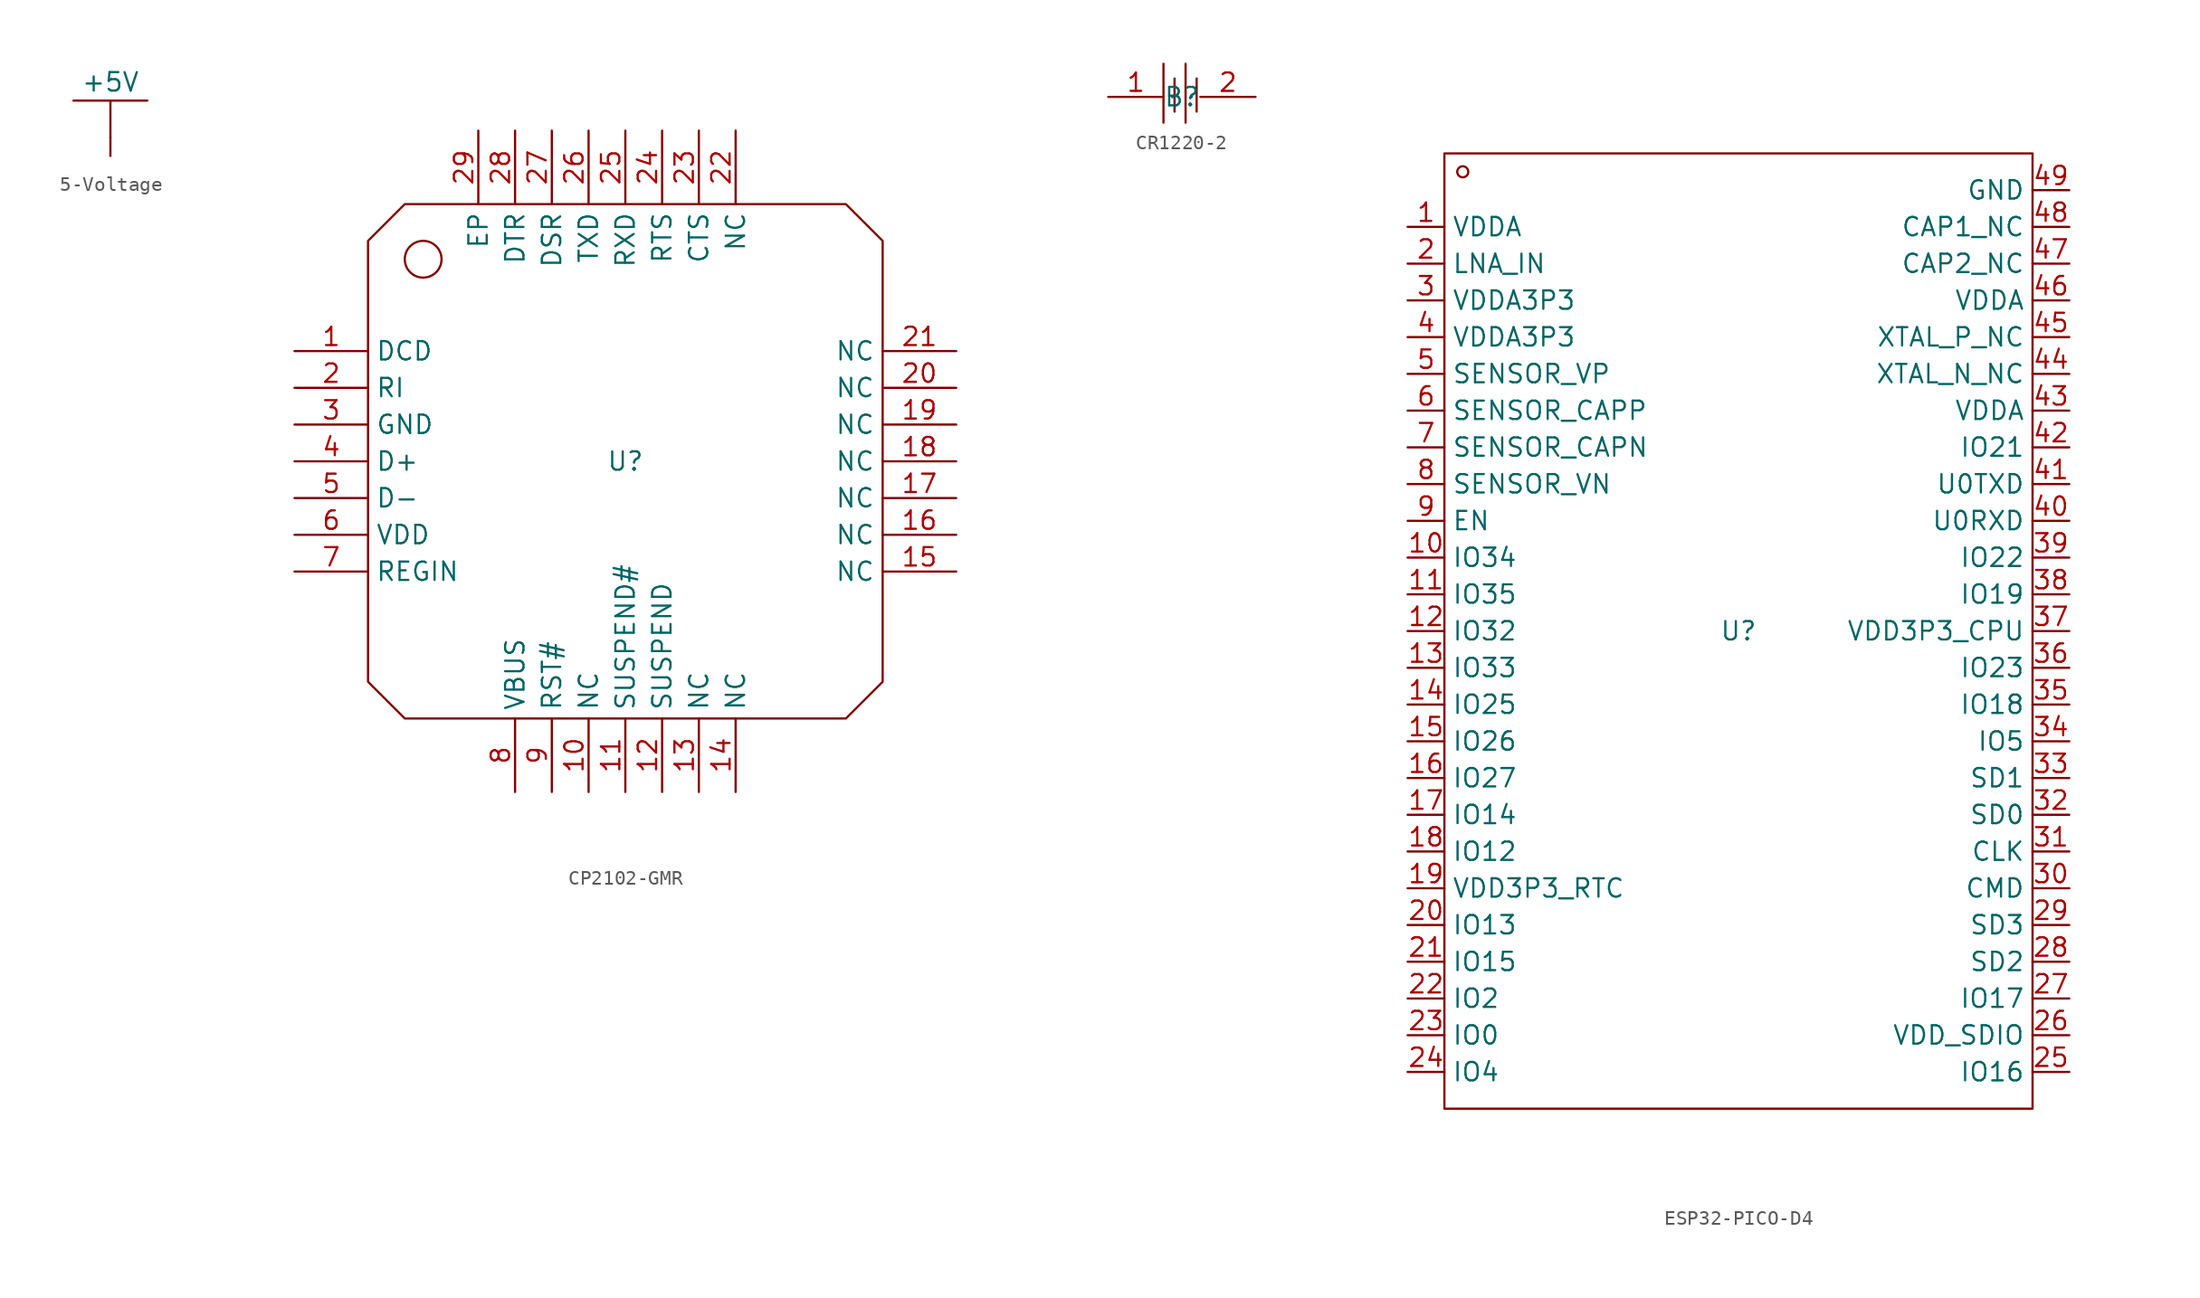
<source format=kicad_sym>
(kicad_symbol_lib
  (version 20241209)
  (generator "kicad_symbol_editor")
  (generator_version "9.0")
  (symbol "5-Voltage"
    (power)
    (pin_numbers
      (hide yes))
    (pin_names
      (hide yes))
    (property "Reference" "#PWR"
      (at 0 0 0)
      (effects (font (size 1.27 1.27)) (hide yes)))
    (property "Value" "+5V"
      (at 0 5.08 0)
      (effects (font (size 1.27 1.27))))
    (symbol "5-Voltage_1_0"
      (polyline (pts (xy -2.54 3.81) (xy 2.54 3.81)) (stroke (width 0) (type default)) (fill (type none)))
      (polyline (pts (xy 0 3.81) (xy 0 1.27)) (stroke (width 0) (type default)) (fill (type none)))
      (pin power_in line (at 0 0 90) (length 1.27) (name "" (effects (font (size 1.27 1.27)))) (number "1" (effects (font (size 0.025 0.025)))))))
  (symbol "CP2102-GMR"
    (property "Reference" "U"
      (at 0 0 0)
      (effects (font (size 1.27 1.27))))
    (property "Value" ""
      (at 0 0 0)
      (effects (font (size 1.27 1.27))))
    (symbol "CP2102-GMR_1_0"
      (polyline (pts (xy -15.24 17.78) (xy 15.24 17.78) (xy 15.24 17.78) (xy 17.78 15.24) (xy 17.78 15.24) (xy 17.78 -15.24) (xy 17.78 -15.24) (xy 15.24 -17.78) (xy 15.24 -17.78) (xy -15.24 -17.78) (xy -15.24 -17.78) (xy -17.78 -15.24) (xy -17.78 -15.24) (xy -17.78 15.24) (xy -17.78 15.24) (xy -15.24 17.78)) (stroke (width 0) (type default)) (fill (type none)))
      (circle (center -13.97 13.97) (radius 1.27) (stroke (width 0) (type default)) (fill (type none)))
      (pin input line (at -22.86 7.62 0) (length 5.08) (name "DCD" (effects (font (size 1.27 1.27)))) (number "1" (effects (font (size 1.27 1.27)))))
      (pin input line (at -22.86 5.08 0) (length 5.08) (name "RI" (effects (font (size 1.27 1.27)))) (number "2" (effects (font (size 1.27 1.27)))))
      (pin input line (at -22.86 2.54 0) (length 5.08) (name "GND" (effects (font (size 1.27 1.27)))) (number "3" (effects (font (size 1.27 1.27)))))
      (pin input line (at -22.86 0 0) (length 5.08) (name "D+" (effects (font (size 1.27 1.27)))) (number "4" (effects (font (size 1.27 1.27)))))
      (pin input line (at -22.86 -2.54 0) (length 5.08) (name "D-" (effects (font (size 1.27 1.27)))) (number "5" (effects (font (size 1.27 1.27)))))
      (pin input line (at -22.86 -5.08 0) (length 5.08) (name "VDD" (effects (font (size 1.27 1.27)))) (number "6" (effects (font (size 1.27 1.27)))))
      (pin input line (at -22.86 -7.62 0) (length 5.08) (name "REGIN" (effects (font (size 1.27 1.27)))) (number "7" (effects (font (size 1.27 1.27)))))
      (pin input line (at -10.16 22.86 270) (length 5.08) (name "EP" (effects (font (size 1.27 1.27)))) (number "29" (effects (font (size 1.27 1.27)))))
      (pin input line (at -7.62 22.86 270) (length 5.08) (name "DTR" (effects (font (size 1.27 1.27)))) (number "28" (effects (font (size 1.27 1.27)))))
      (pin input line (at -7.62 -22.86 90) (length 5.08) (name "VBUS" (effects (font (size 1.27 1.27)))) (number "8" (effects (font (size 1.27 1.27)))))
      (pin input line (at -5.08 22.86 270) (length 5.08) (name "DSR" (effects (font (size 1.27 1.27)))) (number "27" (effects (font (size 1.27 1.27)))))
      (pin input line (at -5.08 -22.86 90) (length 5.08) (name "RST#" (effects (font (size 1.27 1.27)))) (number "9" (effects (font (size 1.27 1.27)))))
      (pin input line (at -2.54 22.86 270) (length 5.08) (name "TXD" (effects (font (size 1.27 1.27)))) (number "26" (effects (font (size 1.27 1.27)))))
      (pin input line (at -2.54 -22.86 90) (length 5.08) (name "NC" (effects (font (size 1.27 1.27)))) (number "10" (effects (font (size 1.27 1.27)))))
      (pin input line (at 0 22.86 270) (length 5.08) (name "RXD" (effects (font (size 1.27 1.27)))) (number "25" (effects (font (size 1.27 1.27)))))
      (pin input line (at 0 -22.86 90) (length 5.08) (name "SUSPEND#" (effects (font (size 1.27 1.27)))) (number "11" (effects (font (size 1.27 1.27)))))
      (pin input line (at 2.54 22.86 270) (length 5.08) (name "RTS" (effects (font (size 1.27 1.27)))) (number "24" (effects (font (size 1.27 1.27)))))
      (pin input line (at 2.54 -22.86 90) (length 5.08) (name "SUSPEND" (effects (font (size 1.27 1.27)))) (number "12" (effects (font (size 1.27 1.27)))))
      (pin input line (at 5.08 22.86 270) (length 5.08) (name "CTS" (effects (font (size 1.27 1.27)))) (number "23" (effects (font (size 1.27 1.27)))))
      (pin input line (at 5.08 -22.86 90) (length 5.08) (name "NC" (effects (font (size 1.27 1.27)))) (number "13" (effects (font (size 1.27 1.27)))))
      (pin input line (at 7.62 22.86 270) (length 5.08) (name "NC" (effects (font (size 1.27 1.27)))) (number "22" (effects (font (size 1.27 1.27)))))
      (pin input line (at 7.62 -22.86 90) (length 5.08) (name "NC" (effects (font (size 1.27 1.27)))) (number "14" (effects (font (size 1.27 1.27)))))
      (pin input line (at 22.86 7.62 180) (length 5.08) (name "NC" (effects (font (size 1.27 1.27)))) (number "21" (effects (font (size 1.27 1.27)))))
      (pin input line (at 22.86 5.08 180) (length 5.08) (name "NC" (effects (font (size 1.27 1.27)))) (number "20" (effects (font (size 1.27 1.27)))))
      (pin input line (at 22.86 2.54 180) (length 5.08) (name "NC" (effects (font (size 1.27 1.27)))) (number "19" (effects (font (size 1.27 1.27)))))
      (pin input line (at 22.86 0 180) (length 5.08) (name "NC" (effects (font (size 1.27 1.27)))) (number "18" (effects (font (size 1.27 1.27)))))
      (pin input line (at 22.86 -2.54 180) (length 5.08) (name "NC" (effects (font (size 1.27 1.27)))) (number "17" (effects (font (size 1.27 1.27)))))
      (pin input line (at 22.86 -5.08 180) (length 5.08) (name "NC" (effects (font (size 1.27 1.27)))) (number "16" (effects (font (size 1.27 1.27)))))
      (pin input line (at 22.86 -7.62 180) (length 5.08) (name "NC" (effects (font (size 1.27 1.27)))) (number "15" (effects (font (size 1.27 1.27)))))))
  (symbol "CR1220-2"
    (property "Reference" "B"
      (at 0 0 0)
      (effects (font (size 1.27 1.27))))
    (property "Value" ""
      (at 0 0 0)
      (effects (font (size 1.27 1.27))))
    (symbol "CR1220-2_1_0"
      (polyline (pts (xy -1.27 2.286) (xy -1.27 -1.778)) (stroke (width 0) (type default)) (fill (type none)))
      (polyline (pts (xy -0.508 1.27) (xy -0.508 -1.016)) (stroke (width 0) (type default)) (fill (type none)))
      (polyline (pts (xy 0.254 2.286) (xy 0.254 -1.778)) (stroke (width 0) (type default)) (fill (type none)))
      (polyline (pts (xy 1.016 1.27) (xy 1.016 -1.016)) (stroke (width 0) (type default)) (fill (type none)))
      (pin input line (at -5.08 0 0) (length 3.81) (name "1" (effects (font (size 0.025 0.025)))) (number "1" (effects (font (size 1.27 1.27)))))
      (pin input line (at 5.08 0 180) (length 3.81) (name "2" (effects (font (size 0.025 0.025)))) (number "2" (effects (font (size 1.27 1.27)))))))
  (symbol "ESP32-PICO-D4"
    (property "Reference" "U"
      (at 0 0 0)
      (effects (font (size 1.27 1.27))))
    (symbol "ESP32-PICO-D4_1_0"
      (rectangle (start -20.32 -33.02) (end 20.32 33.02) (stroke (width 0) (type default)) (fill (type none)))
      (circle (center -19.05 31.75) (radius 0.381) (stroke (width 0) (type default)) (fill (type none)))
      (pin input line (at -22.86 27.94 0) (length 2.54) (name "VDDA" (effects (font (size 1.27 1.27)))) (number "1" (effects (font (size 1.27 1.27)))))
      (pin input line (at -22.86 25.4 0) (length 2.54) (name "LNA_IN" (effects (font (size 1.27 1.27)))) (number "2" (effects (font (size 1.27 1.27)))))
      (pin input line (at -22.86 22.86 0) (length 2.54) (name "VDDA3P3" (effects (font (size 1.27 1.27)))) (number "3" (effects (font (size 1.27 1.27)))))
      (pin input line (at -22.86 20.32 0) (length 2.54) (name "VDDA3P3" (effects (font (size 1.27 1.27)))) (number "4" (effects (font (size 1.27 1.27)))))
      (pin input line (at -22.86 17.78 0) (length 2.54) (name "SENSOR_VP" (effects (font (size 1.27 1.27)))) (number "5" (effects (font (size 1.27 1.27)))))
      (pin input line (at -22.86 15.24 0) (length 2.54) (name "SENSOR_CAPP" (effects (font (size 1.27 1.27)))) (number "6" (effects (font (size 1.27 1.27)))))
      (pin input line (at -22.86 12.7 0) (length 2.54) (name "SENSOR_CAPN" (effects (font (size 1.27 1.27)))) (number "7" (effects (font (size 1.27 1.27)))))
      (pin input line (at -22.86 10.16 0) (length 2.54) (name "SENSOR_VN" (effects (font (size 1.27 1.27)))) (number "8" (effects (font (size 1.27 1.27)))))
      (pin input line (at -22.86 7.62 0) (length 2.54) (name "EN" (effects (font (size 1.27 1.27)))) (number "9" (effects (font (size 1.27 1.27)))))
      (pin input line (at -22.86 5.08 0) (length 2.54) (name "IO34" (effects (font (size 1.27 1.27)))) (number "10" (effects (font (size 1.27 1.27)))))
      (pin input line (at -22.86 2.54 0) (length 2.54) (name "IO35" (effects (font (size 1.27 1.27)))) (number "11" (effects (font (size 1.27 1.27)))))
      (pin input line (at -22.86 0 0) (length 2.54) (name "IO32" (effects (font (size 1.27 1.27)))) (number "12" (effects (font (size 1.27 1.27)))))
      (pin input line (at -22.86 -2.54 0) (length 2.54) (name "IO33" (effects (font (size 1.27 1.27)))) (number "13" (effects (font (size 1.27 1.27)))))
      (pin input line (at -22.86 -5.08 0) (length 2.54) (name "IO25" (effects (font (size 1.27 1.27)))) (number "14" (effects (font (size 1.27 1.27)))))
      (pin input line (at -22.86 -7.62 0) (length 2.54) (name "IO26" (effects (font (size 1.27 1.27)))) (number "15" (effects (font (size 1.27 1.27)))))
      (pin input line (at -22.86 -10.16 0) (length 2.54) (name "IO27" (effects (font (size 1.27 1.27)))) (number "16" (effects (font (size 1.27 1.27)))))
      (pin input line (at -22.86 -12.7 0) (length 2.54) (name "IO14" (effects (font (size 1.27 1.27)))) (number "17" (effects (font (size 1.27 1.27)))))
      (pin input line (at -22.86 -15.24 0) (length 2.54) (name "IO12" (effects (font (size 1.27 1.27)))) (number "18" (effects (font (size 1.27 1.27)))))
      (pin input line (at -22.86 -17.78 0) (length 2.54) (name "VDD3P3_RTC" (effects (font (size 1.27 1.27)))) (number "19" (effects (font (size 1.27 1.27)))))
      (pin input line (at -22.86 -20.32 0) (length 2.54) (name "IO13" (effects (font (size 1.27 1.27)))) (number "20" (effects (font (size 1.27 1.27)))))
      (pin input line (at -22.86 -22.86 0) (length 2.54) (name "IO15" (effects (font (size 1.27 1.27)))) (number "21" (effects (font (size 1.27 1.27)))))
      (pin input line (at -22.86 -25.4 0) (length 2.54) (name "IO2" (effects (font (size 1.27 1.27)))) (number "22" (effects (font (size 1.27 1.27)))))
      (pin input line (at -22.86 -27.94 0) (length 2.54) (name "IO0" (effects (font (size 1.27 1.27)))) (number "23" (effects (font (size 1.27 1.27)))))
      (pin input line (at -22.86 -30.48 0) (length 2.54) (name "IO4" (effects (font (size 1.27 1.27)))) (number "24" (effects (font (size 1.27 1.27)))))
      (pin input line (at 22.86 30.48 180) (length 2.54) (name "GND" (effects (font (size 1.27 1.27)))) (number "49" (effects (font (size 1.27 1.27)))))
      (pin input line (at 22.86 27.94 180) (length 2.54) (name "CAP1_NC" (effects (font (size 1.27 1.27)))) (number "48" (effects (font (size 1.27 1.27)))))
      (pin input line (at 22.86 25.4 180) (length 2.54) (name "CAP2_NC" (effects (font (size 1.27 1.27)))) (number "47" (effects (font (size 1.27 1.27)))))
      (pin input line (at 22.86 22.86 180) (length 2.54) (name "VDDA" (effects (font (size 1.27 1.27)))) (number "46" (effects (font (size 1.27 1.27)))))
      (pin input line (at 22.86 20.32 180) (length 2.54) (name "XTAL_P_NC" (effects (font (size 1.27 1.27)))) (number "45" (effects (font (size 1.27 1.27)))))
      (pin input line (at 22.86 17.78 180) (length 2.54) (name "XTAL_N_NC" (effects (font (size 1.27 1.27)))) (number "44" (effects (font (size 1.27 1.27)))))
      (pin input line (at 22.86 15.24 180) (length 2.54) (name "VDDA" (effects (font (size 1.27 1.27)))) (number "43" (effects (font (size 1.27 1.27)))))
      (pin input line (at 22.86 12.7 180) (length 2.54) (name "IO21" (effects (font (size 1.27 1.27)))) (number "42" (effects (font (size 1.27 1.27)))))
      (pin input line (at 22.86 10.16 180) (length 2.54) (name "U0TXD" (effects (font (size 1.27 1.27)))) (number "41" (effects (font (size 1.27 1.27)))))
      (pin input line (at 22.86 7.62 180) (length 2.54) (name "U0RXD" (effects (font (size 1.27 1.27)))) (number "40" (effects (font (size 1.27 1.27)))))
      (pin input line (at 22.86 5.08 180) (length 2.54) (name "IO22" (effects (font (size 1.27 1.27)))) (number "39" (effects (font (size 1.27 1.27)))))
      (pin input line (at 22.86 2.54 180) (length 2.54) (name "IO19" (effects (font (size 1.27 1.27)))) (number "38" (effects (font (size 1.27 1.27)))))
      (pin input line (at 22.86 0 180) (length 2.54) (name "VDD3P3_CPU" (effects (font (size 1.27 1.27)))) (number "37" (effects (font (size 1.27 1.27)))))
      (pin input line (at 22.86 -2.54 180) (length 2.54) (name "IO23" (effects (font (size 1.27 1.27)))) (number "36" (effects (font (size 1.27 1.27)))))
      (pin input line (at 22.86 -5.08 180) (length 2.54) (name "IO18" (effects (font (size 1.27 1.27)))) (number "35" (effects (font (size 1.27 1.27)))))
      (pin input line (at 22.86 -7.62 180) (length 2.54) (name "IO5" (effects (font (size 1.27 1.27)))) (number "34" (effects (font (size 1.27 1.27)))))
      (pin input line (at 22.86 -10.16 180) (length 2.54) (name "SD1" (effects (font (size 1.27 1.27)))) (number "33" (effects (font (size 1.27 1.27)))))
      (pin input line (at 22.86 -12.7 180) (length 2.54) (name "SD0" (effects (font (size 1.27 1.27)))) (number "32" (effects (font (size 1.27 1.27)))))
      (pin input line (at 22.86 -15.24 180) (length 2.54) (name "CLK" (effects (font (size 1.27 1.27)))) (number "31" (effects (font (size 1.27 1.27)))))
      (pin input line (at 22.86 -17.78 180) (length 2.54) (name "CMD" (effects (font (size 1.27 1.27)))) (number "30" (effects (font (size 1.27 1.27)))))
      (pin input line (at 22.86 -20.32 180) (length 2.54) (name "SD3" (effects (font (size 1.27 1.27)))) (number "29" (effects (font (size 1.27 1.27)))))
      (pin input line (at 22.86 -22.86 180) (length 2.54) (name "SD2" (effects (font (size 1.27 1.27)))) (number "28" (effects (font (size 1.27 1.27)))))
      (pin input line (at 22.86 -25.4 180) (length 2.54) (name "IO17" (effects (font (size 1.27 1.27)))) (number "27" (effects (font (size 1.27 1.27)))))
      (pin input line (at 22.86 -27.94 180) (length 2.54) (name "VDD_SDIO" (effects (font (size 1.27 1.27)))) (number "26" (effects (font (size 1.27 1.27)))))
      (pin input line (at 22.86 -30.48 180) (length 2.54) (name "IO16" (effects (font (size 1.27 1.27)))) (number "25" (effects (font (size 1.27 1.27))))))))
</source>
